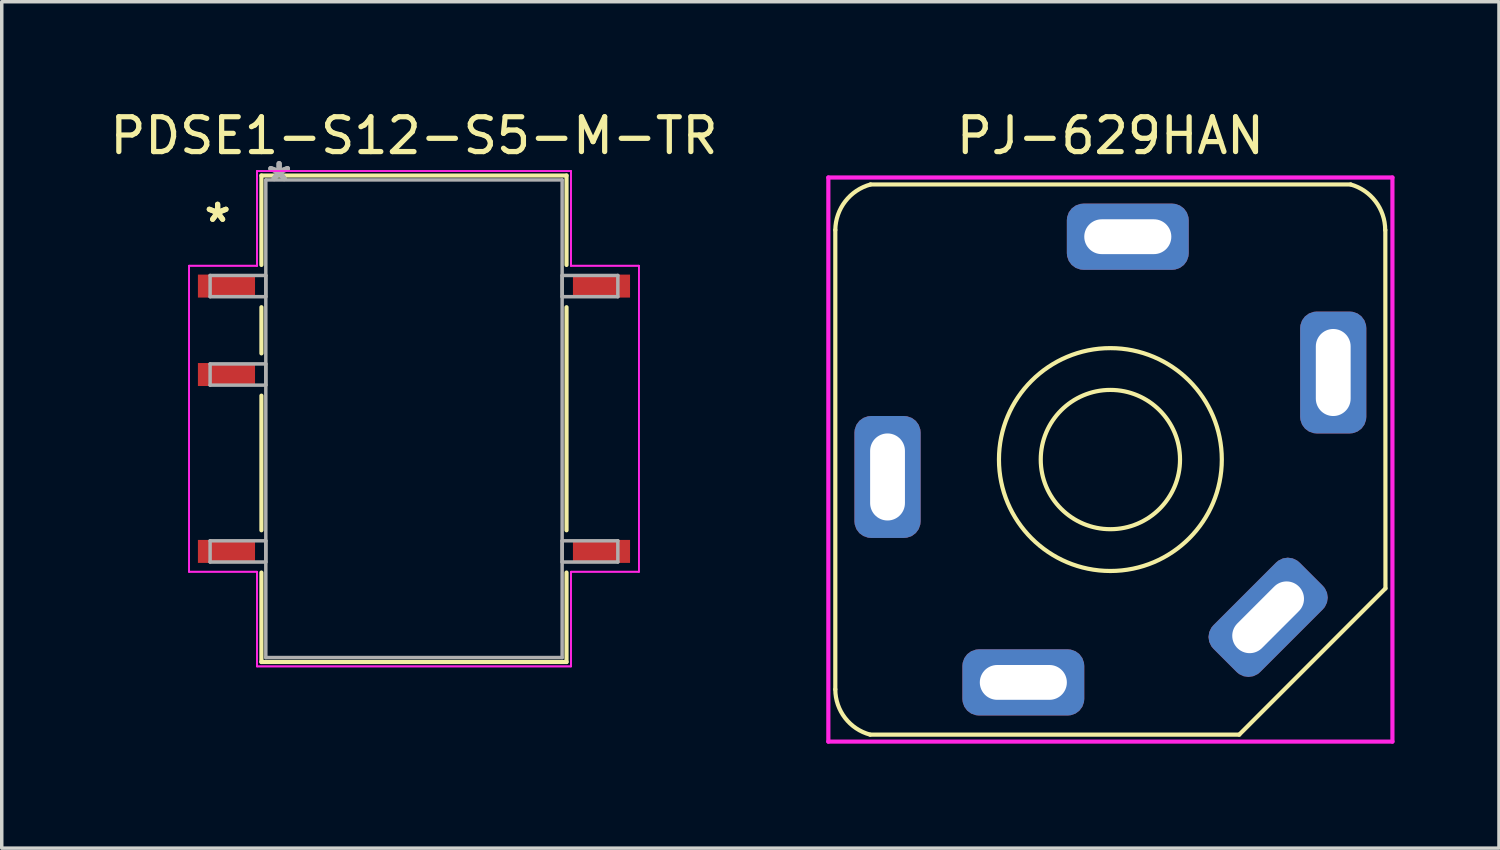
<source format=kicad_pcb>
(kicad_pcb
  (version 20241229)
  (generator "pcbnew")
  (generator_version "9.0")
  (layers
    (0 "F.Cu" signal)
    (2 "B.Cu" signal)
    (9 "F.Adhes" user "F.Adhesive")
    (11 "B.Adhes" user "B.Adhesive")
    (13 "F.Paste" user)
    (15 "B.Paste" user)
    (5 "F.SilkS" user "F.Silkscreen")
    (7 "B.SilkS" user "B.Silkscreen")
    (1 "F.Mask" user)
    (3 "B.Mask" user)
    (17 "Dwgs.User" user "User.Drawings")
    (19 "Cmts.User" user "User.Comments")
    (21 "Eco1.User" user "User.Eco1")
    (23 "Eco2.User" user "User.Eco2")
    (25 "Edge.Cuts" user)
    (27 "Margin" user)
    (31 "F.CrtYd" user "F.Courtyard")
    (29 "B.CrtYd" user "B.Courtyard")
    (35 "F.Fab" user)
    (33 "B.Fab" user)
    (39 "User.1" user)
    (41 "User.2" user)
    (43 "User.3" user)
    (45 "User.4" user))
  (footprint "PDSE1-S12-S5-M-TR"
    (layer "F.Cu")
    (at 8.839 8.976)
    (property "Reference" "PDSE1-S12-S5-M-TR" (at 0 -8.128 0) (layer "F.SilkS") (effects (font (size 1 1) (thickness 0.15))))
    (attr through_hole)
    (fp_line (start -4.381 -6.985) (end -4.381 -4.417) (stroke (width 0.12) (type solid)) (layer "F.SilkS"))
    (fp_line (start -4.381 -3.203) (end -4.381 -1.877) (stroke (width 0.12) (type solid)) (layer "F.SilkS"))
    (fp_line (start -4.381 -0.663) (end -4.381 3.203) (stroke (width 0.12) (type solid)) (layer "F.SilkS"))
    (fp_line (start -4.381 4.417) (end -4.381 6.985) (stroke (width 0.12) (type solid)) (layer "F.SilkS"))
    (fp_line (start -4.381 6.985) (end 4.381 6.985) (stroke (width 0.12) (type solid)) (layer "F.SilkS"))
    (fp_line (start 4.381 -6.985) (end -4.381 -6.985) (stroke (width 0.12) (type solid)) (layer "F.SilkS"))
    (fp_line (start 4.381 -4.417) (end 4.381 -6.985) (stroke (width 0.12) (type solid)) (layer "F.SilkS"))
    (fp_line (start 4.381 3.203) (end 4.381 -3.203) (stroke (width 0.12) (type solid)) (layer "F.SilkS"))
    (fp_line (start 4.381 6.985) (end 4.381 4.417) (stroke (width 0.12) (type solid)) (layer "F.SilkS"))
    (fp_line (start -6.459 -4.394) (end -4.508 -4.394) (stroke (width 0.05) (type solid)) (layer "F.CrtYd"))
    (fp_line (start -6.459 -4.394) (end -4.508 -4.394) (stroke (width 0.05) (type solid)) (layer "F.CrtYd"))
    (fp_line (start -6.459 4.394) (end -6.459 -4.394) (stroke (width 0.05) (type solid)) (layer "F.CrtYd"))
    (fp_line (start -6.459 4.394) (end -6.459 -4.394) (stroke (width 0.05) (type solid)) (layer "F.CrtYd"))
    (fp_line (start -6.459 4.394) (end -4.508 4.394) (stroke (width 0.05) (type solid)) (layer "F.CrtYd"))
    (fp_line (start -4.508 -7.112) (end 4.508 -7.112) (stroke (width 0.05) (type solid)) (layer "F.CrtYd"))
    (fp_line (start -4.508 -7.112) (end 4.508 -7.112) (stroke (width 0.05) (type solid)) (layer "F.CrtYd"))
    (fp_line (start -4.508 -4.394) (end -4.508 -7.112) (stroke (width 0.05) (type solid)) (layer "F.CrtYd"))
    (fp_line (start -4.508 -4.394) (end -4.508 -7.112) (stroke (width 0.05) (type solid)) (layer "F.CrtYd"))
    (fp_line (start -4.508 4.394) (end -6.459 4.394) (stroke (width 0.05) (type solid)) (layer "F.CrtYd"))
    (fp_line (start -4.508 7.112) (end -4.508 4.394) (stroke (width 0.05) (type solid)) (layer "F.CrtYd"))
    (fp_line (start -4.508 7.112) (end -4.508 4.394) (stroke (width 0.05) (type solid)) (layer "F.CrtYd"))
    (fp_line (start 4.508 -7.112) (end 4.508 -4.394) (stroke (width 0.05) (type solid)) (layer "F.CrtYd"))
    (fp_line (start 4.508 -7.112) (end 4.508 -4.394) (stroke (width 0.05) (type solid)) (layer "F.CrtYd"))
    (fp_line (start 4.508 -4.394) (end 6.459 -4.394) (stroke (width 0.05) (type solid)) (layer "F.CrtYd"))
    (fp_line (start 4.508 4.394) (end 4.508 7.112) (stroke (width 0.05) (type solid)) (layer "F.CrtYd"))
    (fp_line (start 4.508 4.394) (end 4.508 7.112) (stroke (width 0.05) (type solid)) (layer "F.CrtYd"))
    (fp_line (start 4.508 7.112) (end -4.508 7.112) (stroke (width 0.05) (type solid)) (layer "F.CrtYd"))
    (fp_line (start 4.508 7.112) (end -4.508 7.112) (stroke (width 0.05) (type solid)) (layer "F.CrtYd"))
    (fp_line (start 6.459 -4.394) (end 4.508 -4.394) (stroke (width 0.05) (type solid)) (layer "F.CrtYd"))
    (fp_line (start 6.459 -4.394) (end 6.459 4.394) (stroke (width 0.05) (type solid)) (layer "F.CrtYd"))
    (fp_line (start 6.459 -4.394) (end 6.459 4.394) (stroke (width 0.05) (type solid)) (layer "F.CrtYd"))
    (fp_line (start 6.459 4.394) (end 4.508 4.394) (stroke (width 0.05) (type solid)) (layer "F.CrtYd"))
    (fp_line (start 6.459 4.394) (end 4.508 4.394) (stroke (width 0.05) (type solid)) (layer "F.CrtYd"))
    (fp_line (start -5.855 -4.115) (end -5.855 -3.505) (stroke (width 0.1) (type solid)) (layer "F.Fab"))
    (fp_line (start -5.855 -3.505) (end -4.255 -3.505) (stroke (width 0.1) (type solid)) (layer "F.Fab"))
    (fp_line (start -5.855 -1.575) (end -5.855 -0.965) (stroke (width 0.1) (type solid)) (layer "F.Fab"))
    (fp_line (start -5.855 -0.965) (end -4.255 -0.965) (stroke (width 0.1) (type solid)) (layer "F.Fab"))
    (fp_line (start -5.855 3.505) (end -5.855 4.115) (stroke (width 0.1) (type solid)) (layer "F.Fab"))
    (fp_line (start -5.855 4.115) (end -4.255 4.115) (stroke (width 0.1) (type solid)) (layer "F.Fab"))
    (fp_line (start -4.255 -6.858) (end -4.255 6.858) (stroke (width 0.1) (type solid)) (layer "F.Fab"))
    (fp_line (start -4.255 -4.115) (end -5.855 -4.115) (stroke (width 0.1) (type solid)) (layer "F.Fab"))
    (fp_line (start -4.255 -3.505) (end -4.255 -4.115) (stroke (width 0.1) (type solid)) (layer "F.Fab"))
    (fp_line (start -4.255 -1.575) (end -5.855 -1.575) (stroke (width 0.1) (type solid)) (layer "F.Fab"))
    (fp_line (start -4.255 -0.965) (end -4.255 -1.575) (stroke (width 0.1) (type solid)) (layer "F.Fab"))
    (fp_line (start -4.255 3.505) (end -5.855 3.505) (stroke (width 0.1) (type solid)) (layer "F.Fab"))
    (fp_line (start -4.255 4.115) (end -4.255 3.505) (stroke (width 0.1) (type solid)) (layer "F.Fab"))
    (fp_line (start -4.255 6.858) (end 4.255 6.858) (stroke (width 0.1) (type solid)) (layer "F.Fab"))
    (fp_line (start 4.255 -6.858) (end -4.255 -6.858) (stroke (width 0.1) (type solid)) (layer "F.Fab"))
    (fp_line (start 4.255 -4.115) (end 4.255 -3.505) (stroke (width 0.1) (type solid)) (layer "F.Fab"))
    (fp_line (start 4.255 -3.505) (end 5.855 -3.505) (stroke (width 0.1) (type solid)) (layer "F.Fab"))
    (fp_line (start 4.255 3.505) (end 4.255 4.115) (stroke (width 0.1) (type solid)) (layer "F.Fab"))
    (fp_line (start 4.255 4.115) (end 5.855 4.115) (stroke (width 0.1) (type solid)) (layer "F.Fab"))
    (fp_line (start 4.255 6.858) (end 4.255 -6.858) (stroke (width 0.1) (type solid)) (layer "F.Fab"))
    (fp_line (start 5.855 -4.115) (end 4.255 -4.115) (stroke (width 0.1) (type solid)) (layer "F.Fab"))
    (fp_line (start 5.855 -3.505) (end 5.855 -4.115) (stroke (width 0.1) (type solid)) (layer "F.Fab"))
    (fp_line (start 5.855 3.505) (end 4.255 3.505) (stroke (width 0.1) (type solid)) (layer "F.Fab"))
    (fp_line (start 5.855 4.115) (end 5.855 3.505) (stroke (width 0.1) (type solid)) (layer "F.Fab"))
    (fp_text user "*" (at -5.639 -5.613 0) (layer "F.SilkS") (effects (font (size 1 1) (thickness 0.15))))
    (fp_text user "*" (at -5.639 -5.613 0) (layer "F.SilkS") (effects (font (size 1 1) (thickness 0.15))))
    (fp_text user "*" (at -3.873 -6.782 0) (layer "F.Fab") (effects (font (size 1 1) (thickness 0.15))))
    (fp_text user "*" (at -3.873 -6.782 0) (layer "F.Fab") (effects (font (size 1 1) (thickness 0.15))))
    (pad "1" smd rect (at -5.385 -3.81) (size 1.64 0.66) (layers "F.Cu" "F.Mask" "F.Paste"))
    (pad "2" smd rect (at -5.385 -1.27) (size 1.64 0.66) (layers "F.Cu" "F.Mask" "F.Paste"))
    (pad "4" smd rect (at -5.385 3.81) (size 1.64 0.66) (layers "F.Cu" "F.Mask" "F.Paste"))
    (pad "5" smd rect (at 5.385 3.81) (size 1.64 0.66) (layers "F.Cu" "F.Mask" "F.Paste"))
    (pad "8" smd rect (at 5.385 -3.81) (size 1.64 0.66) (layers "F.Cu" "F.Mask" "F.Paste")))
  (footprint "PJ-629HAN"
    (layer "F.Cu")
    (at 28.839 10.148)
    (property "Reference" "PJ-629HAN" (at 0 -9.3 0) (unlocked yes) (layer "F.SilkS") (effects (font (size 1 1) (thickness 0.15))))
    (attr through_hole)
    (fp_line (start -7.9 -6.592) (end -7.9 6.6) (stroke (width 0.12) (type solid)) (layer "F.SilkS"))
    (fp_line (start -6.9 7.9) (end 3.7 7.9) (stroke (width 0.12) (type solid)) (layer "F.SilkS"))
    (fp_line (start 6.9 -7.9) (end -6.889 -7.9) (stroke (width 0.12) (type solid)) (layer "F.SilkS"))
    (fp_line (start 7.896 -6.593) (end 7.9 3.7) (stroke (width 0.12) (type solid)) (layer "F.SilkS"))
    (fp_line (start 7.9 3.7) (end 3.7 7.9) (stroke (width 0.12) (type solid)) (layer "F.SilkS"))
    (fp_arc (start -7.9 -6.592466) (mid -7.613823 -7.415795) (end -6.889038 -7.9) (stroke (width 0.12) (type solid)) (layer "F.SilkS"))
    (fp_arc (start -6.9 7.9) (mid -7.620403 7.41954) (end -7.9 6.6) (stroke (width 0.12) (type solid)) (layer "F.SilkS"))
    (fp_arc (start 6.9 -7.9) (mid 7.61632 -7.411975) (end 7.892466 -6.590376) (stroke (width 0.12) (type solid)) (layer "F.SilkS"))
    (fp_circle (center 0 0) (end 2 0) (stroke (width 0.12) (type solid)) (fill no) (layer "F.SilkS"))
    (fp_circle (center 0 0) (end 3.2 0) (stroke (width 0.12) (type solid)) (fill no) (layer "F.SilkS"))
    (fp_line (start -8.1 -8.1) (end 8.1 -8.1) (stroke (width 0.12) (type solid)) (layer "F.CrtYd"))
    (fp_line (start -8.1 8.1) (end -8.1 -8.1) (stroke (width 0.12) (type solid)) (layer "F.CrtYd"))
    (fp_line (start -8.1 8.1) (end 8.1 8.1) (stroke (width 0.12) (type solid)) (layer "F.CrtYd"))
    (fp_line (start 8.1 -8.1) (end 8.1 8.1) (stroke (width 0.12) (type solid)) (layer "F.CrtYd"))
    (pad "R" thru_hole roundrect (at -6.4 0.5 270) (size 3.5 1.9) (drill oval 2.5 1) (layers "*.Cu" "*.Mask") (roundrect_rratio 0.25))
    (pad "RN" thru_hole roundrect (at -2.5 6.4 180) (size 3.5 1.9) (drill oval 2.5 1) (layers "*.Cu" "*.Mask") (roundrect_rratio 0.25))
    (pad "S" thru_hole roundrect (at 4.53 4.53 45) (size 3.5 1.9) (drill oval 2.5 1) (layers "*.Cu" "*.Mask") (roundrect_rratio 0.25))
    (pad "T" thru_hole roundrect (at 0.5 -6.4 180) (size 3.5 1.9) (drill oval 2.5 1) (layers "*.Cu" "*.Mask") (roundrect_rratio 0.25))
    (pad "TN" thru_hole roundrect (at 6.4 -2.5 90) (size 3.5 1.9) (drill oval 2.5 1) (layers "*.Cu" "*.Mask") (roundrect_rratio 0.25)))
  (gr_rect
    (start -3 -3)
    (end 39.999 21.308)
    (stroke (width 0.1) (type default))
    (fill no)
    (layer "Edge.Cuts")))
</source>
